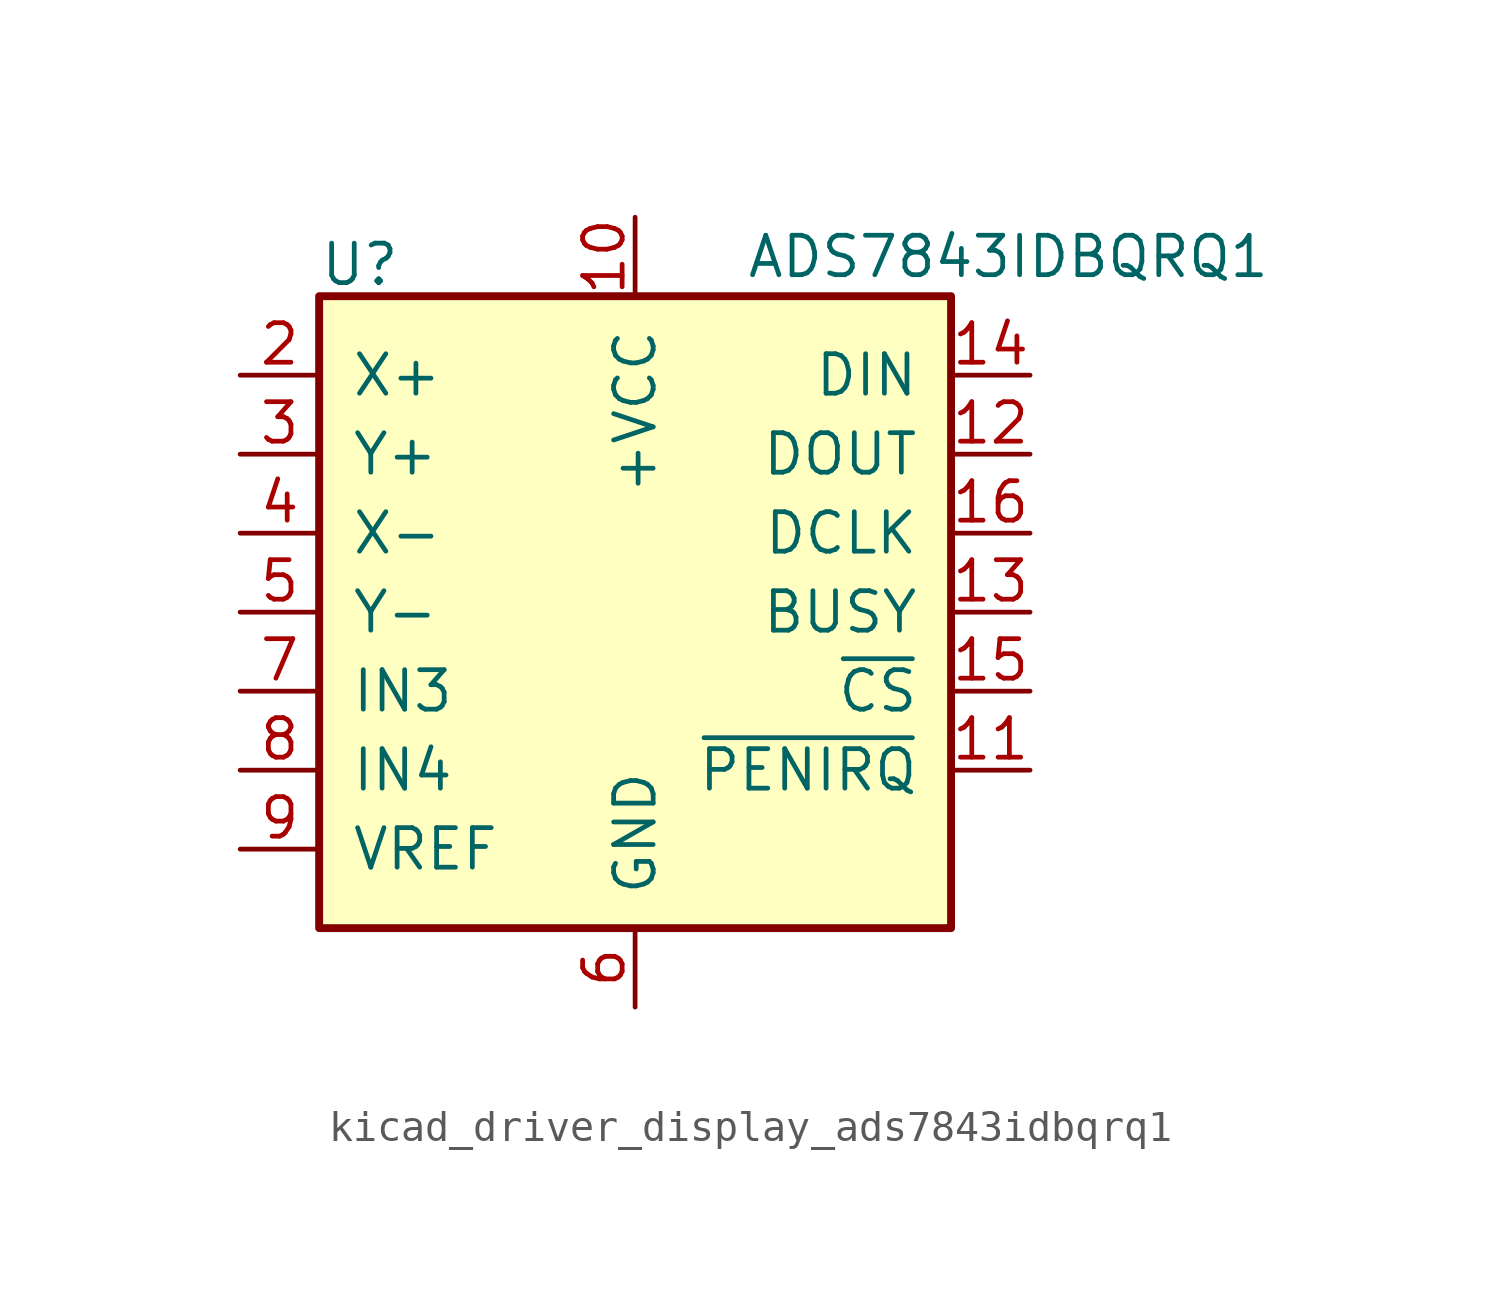
<source format=kicad_sym>
(kicad_symbol_lib
  (version 20220914)
  (generator kicad_symbol_editor)
  (symbol "kicad_driver_display_ads7843idbqrq1"
    (pin_names
      (offset 1.016))
    (property "Reference" "U"
      (at -10.16 11.176 0)
      (effects (font (size 1.27 1.27)) (justify left)))
    (property "Value" "ADS7843IDBQRQ1"
      (at 3.556 11.43 0)
      (effects (font (size 1.27 1.27)) (justify left)))
    (symbol "kicad_driver_display_ads7843idbqrq1_0_1"
      (rectangle (start -10.16 10.16) (end 10.16 -10.16) (stroke (width 0.254) (type default)) (fill (type background))))
    (symbol "kicad_driver_display_ads7843idbqrq1_1_1"
      (pin passive line (at 0 12.7 270) (length 2.54) hide (name "+VCC" (effects (font (size 1.27 1.27)))) (number "1" (effects (font (size 1.27 1.27)))))
      (pin power_in line (at 0 12.7 270) (length 2.54) (name "+VCC" (effects (font (size 1.27 1.27)))) (number "10" (effects (font (size 1.27 1.27)))))
      (pin open_collector line (at 12.7 -5.08 180) (length 2.54) (name "~{PENIRQ}" (effects (font (size 1.27 1.27)))) (number "11" (effects (font (size 1.27 1.27)))))
      (pin output line (at 12.7 5.08 180) (length 2.54) (name "DOUT" (effects (font (size 1.27 1.27)))) (number "12" (effects (font (size 1.27 1.27)))))
      (pin output line (at 12.7 0 180) (length 2.54) (name "BUSY" (effects (font (size 1.27 1.27)))) (number "13" (effects (font (size 1.27 1.27)))))
      (pin input line (at 12.7 7.62 180) (length 2.54) (name "DIN" (effects (font (size 1.27 1.27)))) (number "14" (effects (font (size 1.27 1.27)))))
      (pin input line (at 12.7 -2.54 180) (length 2.54) (name "~{CS}" (effects (font (size 1.27 1.27)))) (number "15" (effects (font (size 1.27 1.27)))))
      (pin input line (at 12.7 2.54 180) (length 2.54) (name "DCLK" (effects (font (size 1.27 1.27)))) (number "16" (effects (font (size 1.27 1.27)))))
      (pin input line (at -12.7 7.62 0) (length 2.54) (name "X+" (effects (font (size 1.27 1.27)))) (number "2" (effects (font (size 1.27 1.27)))))
      (pin input line (at -12.7 5.08 0) (length 2.54) (name "Y+" (effects (font (size 1.27 1.27)))) (number "3" (effects (font (size 1.27 1.27)))))
      (pin input line (at -12.7 2.54 0) (length 2.54) (name "X-" (effects (font (size 1.27 1.27)))) (number "4" (effects (font (size 1.27 1.27)))))
      (pin input line (at -12.7 0 0) (length 2.54) (name "Y-" (effects (font (size 1.27 1.27)))) (number "5" (effects (font (size 1.27 1.27)))))
      (pin power_in line (at 0 -12.7 90) (length 2.54) (name "GND" (effects (font (size 1.27 1.27)))) (number "6" (effects (font (size 1.27 1.27)))))
      (pin input line (at -12.7 -2.54 0) (length 2.54) (name "IN3" (effects (font (size 1.27 1.27)))) (number "7" (effects (font (size 1.27 1.27)))))
      (pin input line (at -12.7 -5.08 0) (length 2.54) (name "IN4" (effects (font (size 1.27 1.27)))) (number "8" (effects (font (size 1.27 1.27)))))
      (pin input line (at -12.7 -7.62 0) (length 2.54) (name "VREF" (effects (font (size 1.27 1.27)))) (number "9" (effects (font (size 1.27 1.27))))))))
</source>
